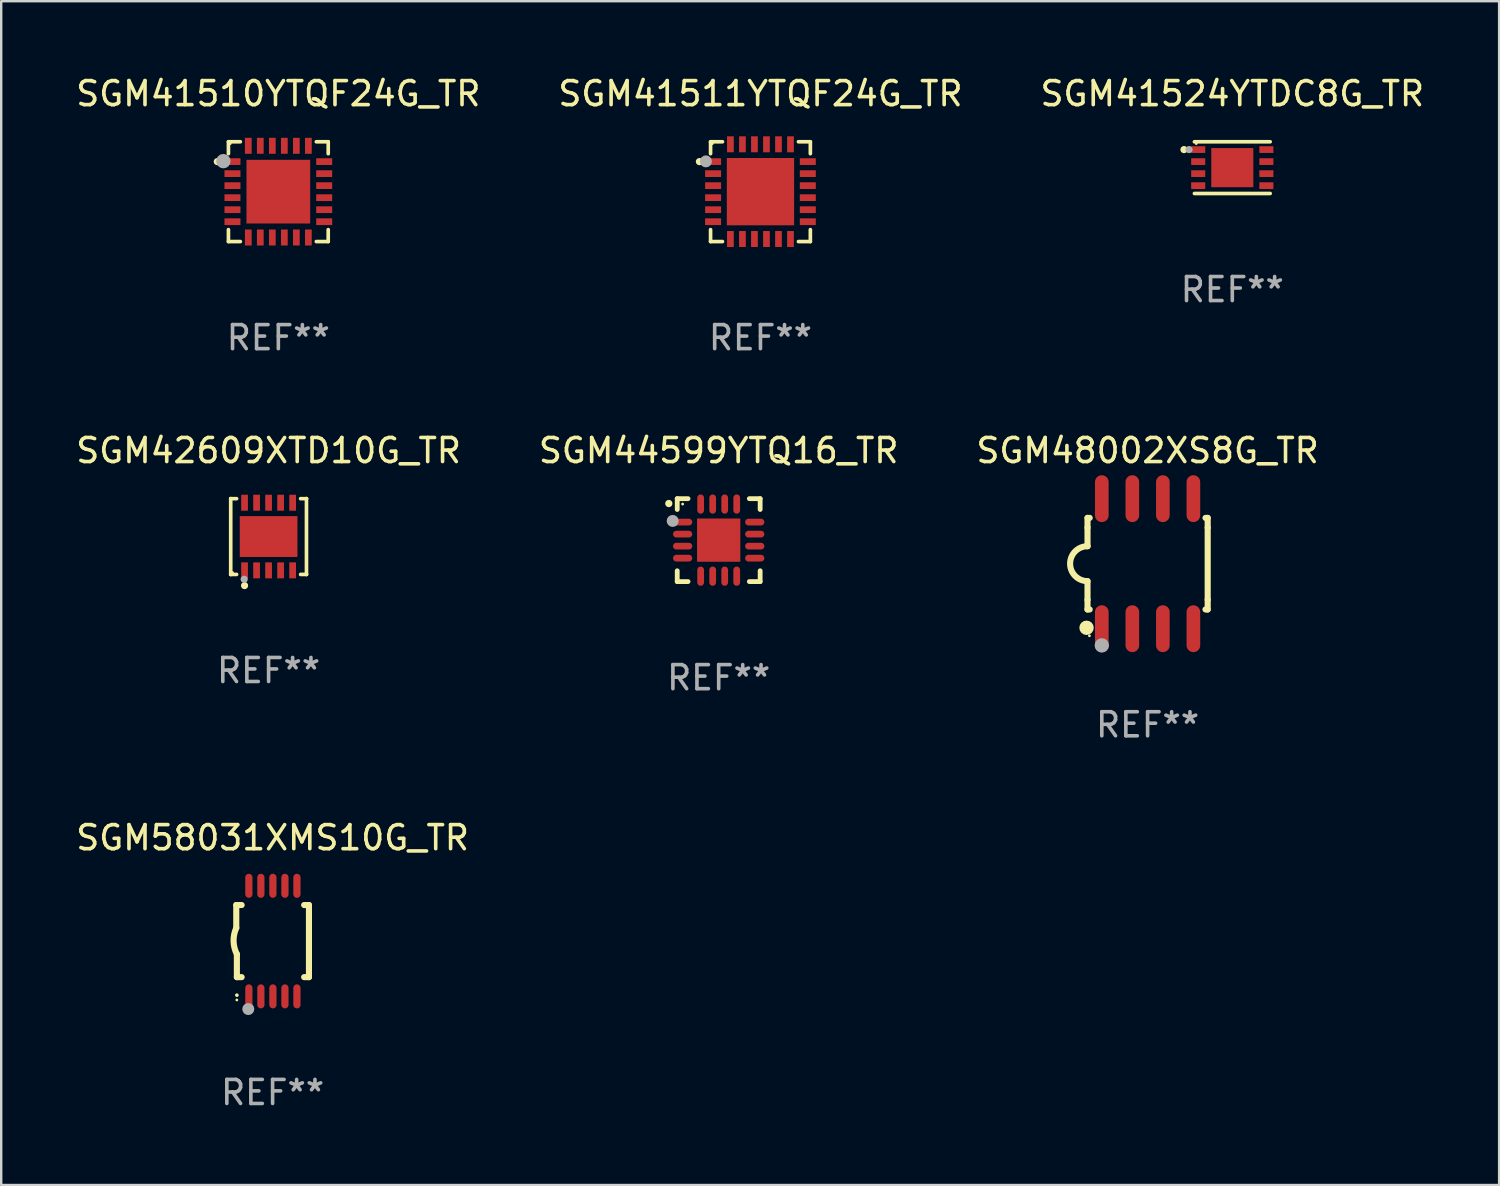
<source format=kicad_pcb>
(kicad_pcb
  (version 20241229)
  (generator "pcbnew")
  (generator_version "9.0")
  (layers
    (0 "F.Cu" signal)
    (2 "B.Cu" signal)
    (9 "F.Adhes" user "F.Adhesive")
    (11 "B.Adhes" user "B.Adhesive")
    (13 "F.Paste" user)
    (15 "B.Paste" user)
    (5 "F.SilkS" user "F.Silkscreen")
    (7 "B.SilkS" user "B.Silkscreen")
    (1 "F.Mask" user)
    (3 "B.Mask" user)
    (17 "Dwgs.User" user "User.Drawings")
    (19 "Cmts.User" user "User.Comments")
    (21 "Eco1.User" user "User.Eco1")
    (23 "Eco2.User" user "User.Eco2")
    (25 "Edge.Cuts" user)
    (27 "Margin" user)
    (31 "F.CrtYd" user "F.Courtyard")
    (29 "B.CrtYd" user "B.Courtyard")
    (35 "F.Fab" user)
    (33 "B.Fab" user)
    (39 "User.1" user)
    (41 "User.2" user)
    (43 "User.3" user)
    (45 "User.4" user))
  (footprint "SGM41510YTQF24G_TR"
    (layer "F.Cu")
    (at 8.53 4.924)
    (property "Reference" "SGM41510YTQF24G_TR" (at 0 -4.076 0) (layer "F.SilkS") (effects (font (size 1 1) (thickness 0.15))))
    (attr through_hole)
    (fp_line (start -2.076 -2.076) (end -2.076 -1.58) (stroke (width 0.152) (type solid)) (layer "F.SilkS"))
    (fp_line (start -2.076 2.076) (end -2.076 1.58) (stroke (width 0.152) (type solid)) (layer "F.SilkS"))
    (fp_line (start -1.58 -2.076) (end -2.076 -2.076) (stroke (width 0.152) (type solid)) (layer "F.SilkS"))
    (fp_line (start -1.58 2.076) (end -2.076 2.076) (stroke (width 0.152) (type solid)) (layer "F.SilkS"))
    (fp_line (start 1.58 -2.076) (end 2.076 -2.076) (stroke (width 0.152) (type solid)) (layer "F.SilkS"))
    (fp_line (start 1.58 2.076) (end 2.076 2.076) (stroke (width 0.152) (type solid)) (layer "F.SilkS"))
    (fp_line (start 2.076 -2.076) (end 2.076 -1.58) (stroke (width 0.152) (type solid)) (layer "F.SilkS"))
    (fp_line (start 2.076 2.076) (end 2.076 1.58) (stroke (width 0.152) (type solid)) (layer "F.SilkS"))
    (fp_circle (center -2.54 -1.25) (end -2.465 -1.25) (stroke (width 0.15) (type solid)) (fill no) (layer "F.SilkS"))
    (fp_circle (center -2 -2) (end -1.97 -2) (stroke (width 0.06) (type solid)) (fill no) (layer "F.SilkS"))
    (fp_circle (center -2.286 -1.27) (end -2.136 -1.27) (stroke (width 0.3) (type solid)) (fill no) (layer "F.Fab"))
    (fp_text user "REF**" (at 0 6.076 0) (layer "F.Fab") (effects (font (size 1 1) (thickness 0.15))))
    (pad "1" smd rect (at -1.908 -1.25) (size 0.665 0.28) (layers "F.Cu" "F.Mask" "F.Paste"))
    (pad "2" smd rect (at -1.908 -0.75) (size 0.665 0.28) (layers "F.Cu" "F.Mask" "F.Paste"))
    (pad "3" smd rect (at -1.908 -0.25) (size 0.665 0.28) (layers "F.Cu" "F.Mask" "F.Paste"))
    (pad "4" smd rect (at -1.908 0.25) (size 0.665 0.28) (layers "F.Cu" "F.Mask" "F.Paste"))
    (pad "5" smd rect (at -1.908 0.75) (size 0.665 0.28) (layers "F.Cu" "F.Mask" "F.Paste"))
    (pad "6" smd rect (at -1.908 1.25) (size 0.665 0.28) (layers "F.Cu" "F.Mask" "F.Paste"))
    (pad "7" smd rect (at -1.25 1.908) (size 0.28 0.665) (layers "F.Cu" "F.Mask" "F.Paste"))
    (pad "8" smd rect (at -0.75 1.908) (size 0.28 0.665) (layers "F.Cu" "F.Mask" "F.Paste"))
    (pad "9" smd rect (at -0.25 1.908) (size 0.28 0.665) (layers "F.Cu" "F.Mask" "F.Paste"))
    (pad "10" smd rect (at 0.25 1.908) (size 0.28 0.665) (layers "F.Cu" "F.Mask" "F.Paste"))
    (pad "11" smd rect (at 0.75 1.908) (size 0.28 0.665) (layers "F.Cu" "F.Mask" "F.Paste"))
    (pad "12" smd rect (at 1.25 1.908) (size 0.28 0.665) (layers "F.Cu" "F.Mask" "F.Paste"))
    (pad "13" smd rect (at 1.908 1.25) (size 0.665 0.28) (layers "F.Cu" "F.Mask" "F.Paste"))
    (pad "14" smd rect (at 1.908 0.75) (size 0.665 0.28) (layers "F.Cu" "F.Mask" "F.Paste"))
    (pad "15" smd rect (at 1.908 0.25) (size 0.665 0.28) (layers "F.Cu" "F.Mask" "F.Paste"))
    (pad "16" smd rect (at 1.908 -0.25) (size 0.665 0.28) (layers "F.Cu" "F.Mask" "F.Paste"))
    (pad "17" smd rect (at 1.908 -0.75) (size 0.665 0.28) (layers "F.Cu" "F.Mask" "F.Paste"))
    (pad "18" smd rect (at 1.908 -1.25) (size 0.665 0.28) (layers "F.Cu" "F.Mask" "F.Paste"))
    (pad "19" smd rect (at 1.25 -1.908) (size 0.28 0.665) (layers "F.Cu" "F.Mask" "F.Paste"))
    (pad "20" smd rect (at 0.75 -1.908) (size 0.28 0.665) (layers "F.Cu" "F.Mask" "F.Paste"))
    (pad "21" smd rect (at 0.25 -1.908) (size 0.28 0.665) (layers "F.Cu" "F.Mask" "F.Paste"))
    (pad "22" smd rect (at -0.25 -1.908) (size 0.28 0.665) (layers "F.Cu" "F.Mask" "F.Paste"))
    (pad "23" smd rect (at -0.75 -1.908) (size 0.28 0.665) (layers "F.Cu" "F.Mask" "F.Paste"))
    (pad "24" smd rect (at -1.25 -1.908) (size 0.28 0.665) (layers "F.Cu" "F.Mask" "F.Paste"))
    (pad "25" smd rect (at 0 0) (size 2.65 2.65) (layers "F.Cu" "F.Mask" "F.Paste")))
  (footprint "SGM48002XS8G_TR"
    (layer "F.Cu")
    (at 44.696 20.402)
    (property "Reference" "SGM48002XS8G_TR" (at 0 -4.705 0) (layer "F.SilkS") (effects (font (size 1 1) (thickness 0.15))))
    (attr through_hole)
    (fp_line (start -2.5 -1.905) (end -2.409 -1.905) (stroke (width 0.254) (type solid)) (layer "F.SilkS"))
    (fp_line (start -2.5 -1.5) (end -2.5 -1.905) (stroke (width 0.254) (type solid)) (layer "F.SilkS"))
    (fp_line (start -2.5 -1.5) (end -2.5 -0.726) (stroke (width 0.254) (type solid)) (layer "F.SilkS"))
    (fp_line (start -2.5 1.5) (end -2.5 0.727) (stroke (width 0.254) (type solid)) (layer "F.SilkS"))
    (fp_line (start -2.5 1.5) (end -2.5 1.905) (stroke (width 0.254) (type solid)) (layer "F.SilkS"))
    (fp_line (start -2.5 1.905) (end -2.409 1.905) (stroke (width 0.254) (type solid)) (layer "F.SilkS"))
    (fp_line (start 2.5 -1.905) (end 2.409 -1.905) (stroke (width 0.254) (type solid)) (layer "F.SilkS"))
    (fp_line (start 2.5 -1.5) (end 2.5 -1.905) (stroke (width 0.254) (type solid)) (layer "F.SilkS"))
    (fp_line (start 2.5 -1.5) (end 2.5 1.5) (stroke (width 0.254) (type solid)) (layer "F.SilkS"))
    (fp_line (start 2.5 1.5) (end 2.5 1.905) (stroke (width 0.254) (type solid)) (layer "F.SilkS"))
    (fp_line (start 2.5 1.905) (end 2.409 1.905) (stroke (width 0.254) (type solid)) (layer "F.SilkS"))
    (fp_arc (start -2.5 0.726568) (mid -3.220316 -0.0023) (end -2.495097 -0.726289) (stroke (width 0.254001) (type solid)) (layer "F.SilkS"))
    (fp_circle (center -2.54 2.667) (end -2.39 2.667) (stroke (width 0.3) (type solid)) (fill no) (layer "F.SilkS"))
    (fp_circle (center -2.42 3) (end -2.39 3) (stroke (width 0.06) (type solid)) (fill no) (layer "F.SilkS"))
    (fp_circle (center -1.905 3.4) (end -1.755 3.4) (stroke (width 0.3) (type solid)) (fill no) (layer "F.Fab"))
    (fp_text user "REF**" (at 0 6.705 0) (layer "F.Fab") (effects (font (size 1 1) (thickness 0.15))))
    (pad "1" smd oval (at -1.905 2.705) (size 0.568 1.95) (layers "F.Cu" "F.Mask" "F.Paste"))
    (pad "2" smd oval (at -0.635 2.705) (size 0.568 1.95) (layers "F.Cu" "F.Mask" "F.Paste"))
    (pad "3" smd oval (at 0.635 2.705) (size 0.568 1.95) (layers "F.Cu" "F.Mask" "F.Paste"))
    (pad "4" smd oval (at 1.905 2.705) (size 0.568 1.95) (layers "F.Cu" "F.Mask" "F.Paste"))
    (pad "5" smd oval (at 1.905 -2.705) (size 0.568 1.95) (layers "F.Cu" "F.Mask" "F.Paste"))
    (pad "6" smd oval (at 0.635 -2.705) (size 0.568 1.95) (layers "F.Cu" "F.Mask" "F.Paste"))
    (pad "7" smd oval (at -0.635 -2.705) (size 0.568 1.95) (layers "F.Cu" "F.Mask" "F.Paste"))
    (pad "8" smd oval (at -1.905 -2.705) (size 0.568 1.95) (layers "F.Cu" "F.Mask" "F.Paste")))
  (footprint "SGM41511YTQF24G_TR"
    (layer "F.Cu")
    (at 28.589 4.924)
    (property "Reference" "SGM41511YTQF24G_TR" (at 0 -4.076 0) (layer "F.SilkS") (effects (font (size 1 1) (thickness 0.15))))
    (attr through_hole)
    (fp_line (start -2.076 -2.076) (end -2.076 -1.58) (stroke (width 0.152) (type solid)) (layer "F.SilkS"))
    (fp_line (start -2.076 2.076) (end -2.076 1.58) (stroke (width 0.152) (type solid)) (layer "F.SilkS"))
    (fp_line (start -1.58 -2.076) (end -2.076 -2.076) (stroke (width 0.152) (type solid)) (layer "F.SilkS"))
    (fp_line (start -1.58 2.076) (end -2.076 2.076) (stroke (width 0.152) (type solid)) (layer "F.SilkS"))
    (fp_line (start 1.58 -2.076) (end 2.076 -2.076) (stroke (width 0.152) (type solid)) (layer "F.SilkS"))
    (fp_line (start 1.58 2.076) (end 2.076 2.076) (stroke (width 0.152) (type solid)) (layer "F.SilkS"))
    (fp_line (start 2.076 -2.076) (end 2.076 -1.58) (stroke (width 0.152) (type solid)) (layer "F.SilkS"))
    (fp_line (start 2.076 2.076) (end 2.076 1.58) (stroke (width 0.152) (type solid)) (layer "F.SilkS"))
    (fp_circle (center -2.54 -1.25) (end -2.465 -1.25) (stroke (width 0.15) (type solid)) (fill no) (layer "F.SilkS"))
    (fp_circle (center -2 -2) (end -1.97 -2) (stroke (width 0.06) (type solid)) (fill no) (layer "F.SilkS"))
    (fp_circle (center -2.27 -1.26) (end -2.145 -1.26) (stroke (width 0.25) (type solid)) (fill no) (layer "F.Fab"))
    (fp_text user "REF**" (at 0 6.076 0) (layer "F.Fab") (effects (font (size 1 1) (thickness 0.15))))
    (pad "1" smd rect (at -1.97 -1.25) (size 0.665 0.28) (layers "F.Cu" "F.Mask" "F.Paste"))
    (pad "2" smd rect (at -1.97 -0.75) (size 0.665 0.28) (layers "F.Cu" "F.Mask" "F.Paste"))
    (pad "3" smd rect (at -1.97 -0.25) (size 0.665 0.28) (layers "F.Cu" "F.Mask" "F.Paste"))
    (pad "4" smd rect (at -1.97 0.25) (size 0.665 0.28) (layers "F.Cu" "F.Mask" "F.Paste"))
    (pad "5" smd rect (at -1.97 0.75) (size 0.665 0.28) (layers "F.Cu" "F.Mask" "F.Paste"))
    (pad "6" smd rect (at -1.97 1.25) (size 0.665 0.28) (layers "F.Cu" "F.Mask" "F.Paste"))
    (pad "7" smd rect (at -1.25 1.97) (size 0.28 0.665) (layers "F.Cu" "F.Mask" "F.Paste"))
    (pad "8" smd rect (at -0.75 1.97) (size 0.28 0.665) (layers "F.Cu" "F.Mask" "F.Paste"))
    (pad "9" smd rect (at -0.25 1.97) (size 0.28 0.665) (layers "F.Cu" "F.Mask" "F.Paste"))
    (pad "10" smd rect (at 0.25 1.97) (size 0.28 0.665) (layers "F.Cu" "F.Mask" "F.Paste"))
    (pad "11" smd rect (at 0.75 1.97) (size 0.28 0.665) (layers "F.Cu" "F.Mask" "F.Paste"))
    (pad "12" smd rect (at 1.25 1.97) (size 0.28 0.665) (layers "F.Cu" "F.Mask" "F.Paste"))
    (pad "13" smd rect (at 1.97 1.25) (size 0.665 0.28) (layers "F.Cu" "F.Mask" "F.Paste"))
    (pad "14" smd rect (at 1.97 0.75) (size 0.665 0.28) (layers "F.Cu" "F.Mask" "F.Paste"))
    (pad "15" smd rect (at 1.97 0.25) (size 0.665 0.28) (layers "F.Cu" "F.Mask" "F.Paste"))
    (pad "16" smd rect (at 1.97 -0.25) (size 0.665 0.28) (layers "F.Cu" "F.Mask" "F.Paste"))
    (pad "17" smd rect (at 1.97 -0.75) (size 0.665 0.28) (layers "F.Cu" "F.Mask" "F.Paste"))
    (pad "18" smd rect (at 1.97 -1.25) (size 0.665 0.28) (layers "F.Cu" "F.Mask" "F.Paste"))
    (pad "19" smd rect (at 1.25 -1.97) (size 0.28 0.665) (layers "F.Cu" "F.Mask" "F.Paste"))
    (pad "20" smd rect (at 0.75 -1.97) (size 0.28 0.665) (layers "F.Cu" "F.Mask" "F.Paste"))
    (pad "21" smd rect (at 0.25 -1.97) (size 0.28 0.665) (layers "F.Cu" "F.Mask" "F.Paste"))
    (pad "22" smd rect (at -0.25 -1.97) (size 0.28 0.665) (layers "F.Cu" "F.Mask" "F.Paste"))
    (pad "23" smd rect (at -0.75 -1.97) (size 0.28 0.665) (layers "F.Cu" "F.Mask" "F.Paste"))
    (pad "24" smd rect (at -1.25 -1.97) (size 0.28 0.665) (layers "F.Cu" "F.Mask" "F.Paste"))
    (pad "25" smd rect (at 0 0) (size 2.8 2.8) (layers "F.Cu" "F.Mask" "F.Paste")))
  (footprint "SGM58031XMS10G_TR"
    (layer "F.Cu")
    (at 8.292 36.104)
    (property "Reference" "SGM58031XMS10G_TR" (at 0 -4.3 0) (layer "F.SilkS") (effects (font (size 1 1) (thickness 0.15))))
    (attr through_hole)
    (fp_line (start -1.512 -1.5) (end -1.512 -0.546) (stroke (width 0.254) (type solid)) (layer "F.SilkS"))
    (fp_line (start -1.487 0.546) (end -1.487 1.5) (stroke (width 0.254) (type solid)) (layer "F.SilkS"))
    (fp_line (start -1.288 -1.5) (end -1.512 -1.5) (stroke (width 0.254) (type solid)) (layer "F.SilkS"))
    (fp_line (start -1.288 1.5) (end -1.487 1.5) (stroke (width 0.254) (type solid)) (layer "F.SilkS"))
    (fp_line (start 1.512 -1.5) (end 1.312 -1.5) (stroke (width 0.254) (type solid)) (layer "F.SilkS"))
    (fp_line (start 1.512 -1.5) (end 1.512 1.5) (stroke (width 0.254) (type solid)) (layer "F.SilkS"))
    (fp_line (start 1.512 1.5) (end 1.312 1.5) (stroke (width 0.254) (type solid)) (layer "F.SilkS"))
    (fp_arc (start -1.487998 2.250013) (mid -1.486728 2.250007) (end -1.485458 2.250013) (stroke (width 0.150013) (type solid)) (layer "F.SilkS"))
    (fp_arc (start -1.486602 0.546102) (mid -1.624196 0.002905) (end -1.512002 -0.546101) (stroke (width 0.254001) (type solid)) (layer "F.SilkS"))
    (fp_circle (center -1.488 2.45) (end -1.458 2.45) (stroke (width 0.06) (type solid)) (fill no) (layer "F.SilkS"))
    (fp_circle (center -1.012 2.828) (end -0.887 2.828) (stroke (width 0.25) (type solid)) (fill no) (layer "F.Fab"))
    (fp_text user "REF**" (at 0 6.3 0) (layer "F.Fab") (effects (font (size 1 1) (thickness 0.15))))
    (pad "1" smd oval (at -0.988 2.3) (size 0.3 1) (layers "F.Cu" "F.Mask" "F.Paste"))
    (pad "2" smd oval (at -0.488 2.3) (size 0.3 1) (layers "F.Cu" "F.Mask" "F.Paste"))
    (pad "3" smd oval (at 0.012 2.3) (size 0.3 1) (layers "F.Cu" "F.Mask" "F.Paste"))
    (pad "4" smd oval (at 0.512 2.3) (size 0.3 1) (layers "F.Cu" "F.Mask" "F.Paste"))
    (pad "5" smd oval (at 1.012 2.3) (size 0.3 1) (layers "F.Cu" "F.Mask" "F.Paste"))
    (pad "6" smd oval (at 1.012 -2.3) (size 0.3 1) (layers "F.Cu" "F.Mask" "F.Paste"))
    (pad "7" smd oval (at 0.512 -2.3) (size 0.3 1) (layers "F.Cu" "F.Mask" "F.Paste"))
    (pad "8" smd oval (at 0.012 -2.3) (size 0.3 1) (layers "F.Cu" "F.Mask" "F.Paste"))
    (pad "9" smd oval (at -0.488 -2.3) (size 0.3 1) (layers "F.Cu" "F.Mask" "F.Paste"))
    (pad "10" smd oval (at -0.988 -2.3) (size 0.3 1) (layers "F.Cu" "F.Mask" "F.Paste")))
  (footprint "SGM42609XTD10G_TR"
    (layer "F.Cu")
    (at 8.125 19.273)
    (property "Reference" "SGM42609XTD10G_TR" (at 0 -3.576 0) (layer "F.SilkS") (effects (font (size 1 1) (thickness 0.15))))
    (attr through_hole)
    (fp_line (start -1.576 -1.576) (end -1.576 -1.576) (stroke (width 0.152) (type solid)) (layer "F.SilkS"))
    (fp_line (start -1.576 -1.576) (end -1.331 -1.576) (stroke (width 0.152) (type solid)) (layer "F.SilkS"))
    (fp_line (start -1.576 1.576) (end -1.576 -1.576) (stroke (width 0.152) (type solid)) (layer "F.SilkS"))
    (fp_line (start -1.576 1.576) (end -1.576 1.576) (stroke (width 0.152) (type solid)) (layer "F.SilkS"))
    (fp_line (start -1.331 1.576) (end -1.576 1.576) (stroke (width 0.152) (type solid)) (layer "F.SilkS"))
    (fp_line (start 1.331 1.576) (end 1.576 1.576) (stroke (width 0.152) (type solid)) (layer "F.SilkS"))
    (fp_line (start 1.576 -1.576) (end 1.331 -1.576) (stroke (width 0.152) (type solid)) (layer "F.SilkS"))
    (fp_line (start 1.576 -1.576) (end 1.576 -1.576) (stroke (width 0.152) (type solid)) (layer "F.SilkS"))
    (fp_line (start 1.576 1.576) (end 1.576 -1.576) (stroke (width 0.152) (type solid)) (layer "F.SilkS"))
    (fp_line (start 1.576 1.576) (end 1.576 1.576) (stroke (width 0.152) (type solid)) (layer "F.SilkS"))
    (fp_circle (center -1.5 1.5) (end -1.47 1.5) (stroke (width 0.06) (type solid)) (fill no) (layer "F.SilkS"))
    (fp_circle (center -1 2.04) (end -0.925 2.04) (stroke (width 0.15) (type solid)) (fill no) (layer "F.SilkS"))
    (fp_circle (center -1.016 1.778) (end -0.941 1.778) (stroke (width 0.15) (type solid)) (fill no) (layer "F.Fab"))
    (fp_text user "REF**" (at 0 5.576 0) (layer "F.Fab") (effects (font (size 1 1) (thickness 0.15))))
    (pad "1" smd rect (at -1 1.407) (size 0.28 0.665) (layers "F.Cu" "F.Mask" "F.Paste"))
    (pad "2" smd rect (at -0.5 1.407) (size 0.28 0.665) (layers "F.Cu" "F.Mask" "F.Paste"))
    (pad "3" smd rect (at 0 1.407) (size 0.28 0.665) (layers "F.Cu" "F.Mask" "F.Paste"))
    (pad "4" smd rect (at 0.5 1.407) (size 0.28 0.665) (layers "F.Cu" "F.Mask" "F.Paste"))
    (pad "5" smd rect (at 1 1.407) (size 0.28 0.665) (layers "F.Cu" "F.Mask" "F.Paste"))
    (pad "6" smd rect (at 1 -1.407) (size 0.28 0.665) (layers "F.Cu" "F.Mask" "F.Paste"))
    (pad "7" smd rect (at 0.5 -1.407) (size 0.28 0.665) (layers "F.Cu" "F.Mask" "F.Paste"))
    (pad "8" smd rect (at 0 -1.407) (size 0.28 0.665) (layers "F.Cu" "F.Mask" "F.Paste"))
    (pad "9" smd rect (at -0.5 -1.407) (size 0.28 0.665) (layers "F.Cu" "F.Mask" "F.Paste"))
    (pad "10" smd rect (at -1 -1.407) (size 0.28 0.665) (layers "F.Cu" "F.Mask" "F.Paste"))
    (pad "11" smd rect (at 0 0) (size 2.4 1.7) (layers "F.Cu" "F.Mask" "F.Paste")))
  (footprint "SGM41524YTDC8G_TR"
    (layer "F.Cu")
    (at 48.22 3.924)
    (property "Reference" "SGM41524YTDC8G_TR" (at 0 -3.076 0) (layer "F.SilkS") (effects (font (size 1 1) (thickness 0.15))))
    (attr through_hole)
    (fp_line (start -1.576 -1.076) (end 1.576 -1.076) (stroke (width 0.152) (type solid)) (layer "F.SilkS"))
    (fp_line (start -1.576 1.076) (end 1.576 1.076) (stroke (width 0.152) (type solid)) (layer "F.SilkS"))
    (fp_circle (center -2.01 -0.75) (end -1.935 -0.75) (stroke (width 0.15) (type solid)) (fill no) (layer "F.SilkS"))
    (fp_circle (center -1.5 -1) (end -1.47 -1) (stroke (width 0.06) (type solid)) (fill no) (layer "F.SilkS"))
    (fp_circle (center -1.8 -0.75) (end -1.725 -0.75) (stroke (width 0.15) (type solid)) (fill no) (layer "F.Fab"))
    (fp_text user "REF**" (at 0 5.076 0) (layer "F.Fab") (effects (font (size 1 1) (thickness 0.15))))
    (pad "1" smd rect (at -1.418 -0.75) (size 0.585 0.28) (layers "F.Cu" "F.Mask" "F.Paste"))
    (pad "2" smd rect (at -1.418 -0.25) (size 0.585 0.28) (layers "F.Cu" "F.Mask" "F.Paste"))
    (pad "3" smd rect (at -1.418 0.25) (size 0.585 0.28) (layers "F.Cu" "F.Mask" "F.Paste"))
    (pad "4" smd rect (at -1.418 0.75) (size 0.585 0.28) (layers "F.Cu" "F.Mask" "F.Paste"))
    (pad "5" smd rect (at 1.418 0.75) (size 0.585 0.28) (layers "F.Cu" "F.Mask" "F.Paste"))
    (pad "6" smd rect (at 1.418 0.25) (size 0.585 0.28) (layers "F.Cu" "F.Mask" "F.Paste"))
    (pad "7" smd rect (at 1.418 -0.25) (size 0.585 0.28) (layers "F.Cu" "F.Mask" "F.Paste"))
    (pad "8" smd rect (at 1.418 -0.75) (size 0.585 0.28) (layers "F.Cu" "F.Mask" "F.Paste"))
    (pad "9" smd rect (at 0 0) (size 1.75 1.63) (layers "F.Cu" "F.Mask" "F.Paste")))
  (footprint "SGM44599YTQ16_TR"
    (layer "F.Cu")
    (at 26.851 19.422)
    (property "Reference" "SGM44599YTQ16_TR" (at 0 -3.725 0) (layer "F.SilkS") (effects (font (size 1 1) (thickness 0.15))))
    (attr through_hole)
    (fp_line (start -1.725 -1.725) (end -1.275 -1.725) (stroke (width 0.2) (type solid)) (layer "F.SilkS"))
    (fp_line (start -1.725 -1.275) (end -1.725 -1.725) (stroke (width 0.2) (type solid)) (layer "F.SilkS"))
    (fp_line (start -1.725 1.725) (end -1.725 1.275) (stroke (width 0.2) (type solid)) (layer "F.SilkS"))
    (fp_line (start -1.275 1.725) (end -1.725 1.725) (stroke (width 0.2) (type solid)) (layer "F.SilkS"))
    (fp_line (start 1.275 -1.725) (end 1.725 -1.725) (stroke (width 0.2) (type solid)) (layer "F.SilkS"))
    (fp_line (start 1.275 1.725) (end 1.725 1.725) (stroke (width 0.2) (type solid)) (layer "F.SilkS"))
    (fp_line (start 1.725 -1.725) (end 1.725 -1.275) (stroke (width 0.2) (type solid)) (layer "F.SilkS"))
    (fp_line (start 1.725 1.725) (end 1.725 1.275) (stroke (width 0.2) (type solid)) (layer "F.SilkS"))
    (fp_arc (start -2.075184 -1.521463) (mid -2.075189 -1.522733) (end -2.075184 -1.524003) (stroke (width 0.3) (type solid)) (layer "F.SilkS"))
    (fp_circle (center -1.5 -1.5) (end -1.47 -1.5) (stroke (width 0.06) (type solid)) (fill no) (layer "F.SilkS"))
    (fp_circle (center -1.914 -0.799) (end -1.789 -0.799) (stroke (width 0.25) (type solid)) (fill no) (layer "F.Fab"))
    (fp_text user "REF**" (at 0 5.725 0) (layer "F.Fab") (effects (font (size 1 1) (thickness 0.15))))
    (pad "1" smd oval (at -1.5 -0.75) (size 0.8 0.28) (layers "F.Cu" "F.Mask" "F.Paste"))
    (pad "2" smd oval (at -1.5 -0.25) (size 0.8 0.28) (layers "F.Cu" "F.Mask" "F.Paste"))
    (pad "3" smd oval (at -1.5 0.25) (size 0.8 0.28) (layers "F.Cu" "F.Mask" "F.Paste"))
    (pad "4" smd oval (at -1.5 0.75) (size 0.8 0.28) (layers "F.Cu" "F.Mask" "F.Paste"))
    (pad "5" smd oval (at -0.75 1.5) (size 0.28 0.8) (layers "F.Cu" "F.Mask" "F.Paste"))
    (pad "6" smd oval (at -0.25 1.5) (size 0.28 0.8) (layers "F.Cu" "F.Mask" "F.Paste"))
    (pad "7" smd oval (at 0.25 1.5) (size 0.28 0.8) (layers "F.Cu" "F.Mask" "F.Paste"))
    (pad "8" smd oval (at 0.75 1.5) (size 0.28 0.8) (layers "F.Cu" "F.Mask" "F.Paste"))
    (pad "9" smd oval (at 1.5 0.75) (size 0.8 0.28) (layers "F.Cu" "F.Mask" "F.Paste"))
    (pad "10" smd oval (at 1.5 0.25) (size 0.8 0.28) (layers "F.Cu" "F.Mask" "F.Paste"))
    (pad "11" smd oval (at 1.5 -0.25) (size 0.8 0.28) (layers "F.Cu" "F.Mask" "F.Paste"))
    (pad "12" smd oval (at 1.5 -0.75) (size 0.8 0.28) (layers "F.Cu" "F.Mask" "F.Paste"))
    (pad "13" smd oval (at 0.75 -1.5) (size 0.28 0.8) (layers "F.Cu" "F.Mask" "F.Paste"))
    (pad "14" smd oval (at 0.25 -1.5) (size 0.28 0.8) (layers "F.Cu" "F.Mask" "F.Paste"))
    (pad "15" smd oval (at -0.25 -1.5) (size 0.28 0.8) (layers "F.Cu" "F.Mask" "F.Paste"))
    (pad "16" smd oval (at -0.75 -1.5) (size 0.28 0.8) (layers "F.Cu" "F.Mask" "F.Paste"))
    (pad "17" smd rect (at 0.000076 0.000076) (size 1.8 1.8) (layers "F.Cu" "F.Mask" "F.Paste")))
  (gr_rect
    (start -3 -3)
    (end 59.321 46.252)
    (stroke (width 0.1) (type default))
    (fill no)
    (layer "Edge.Cuts")))
</source>
